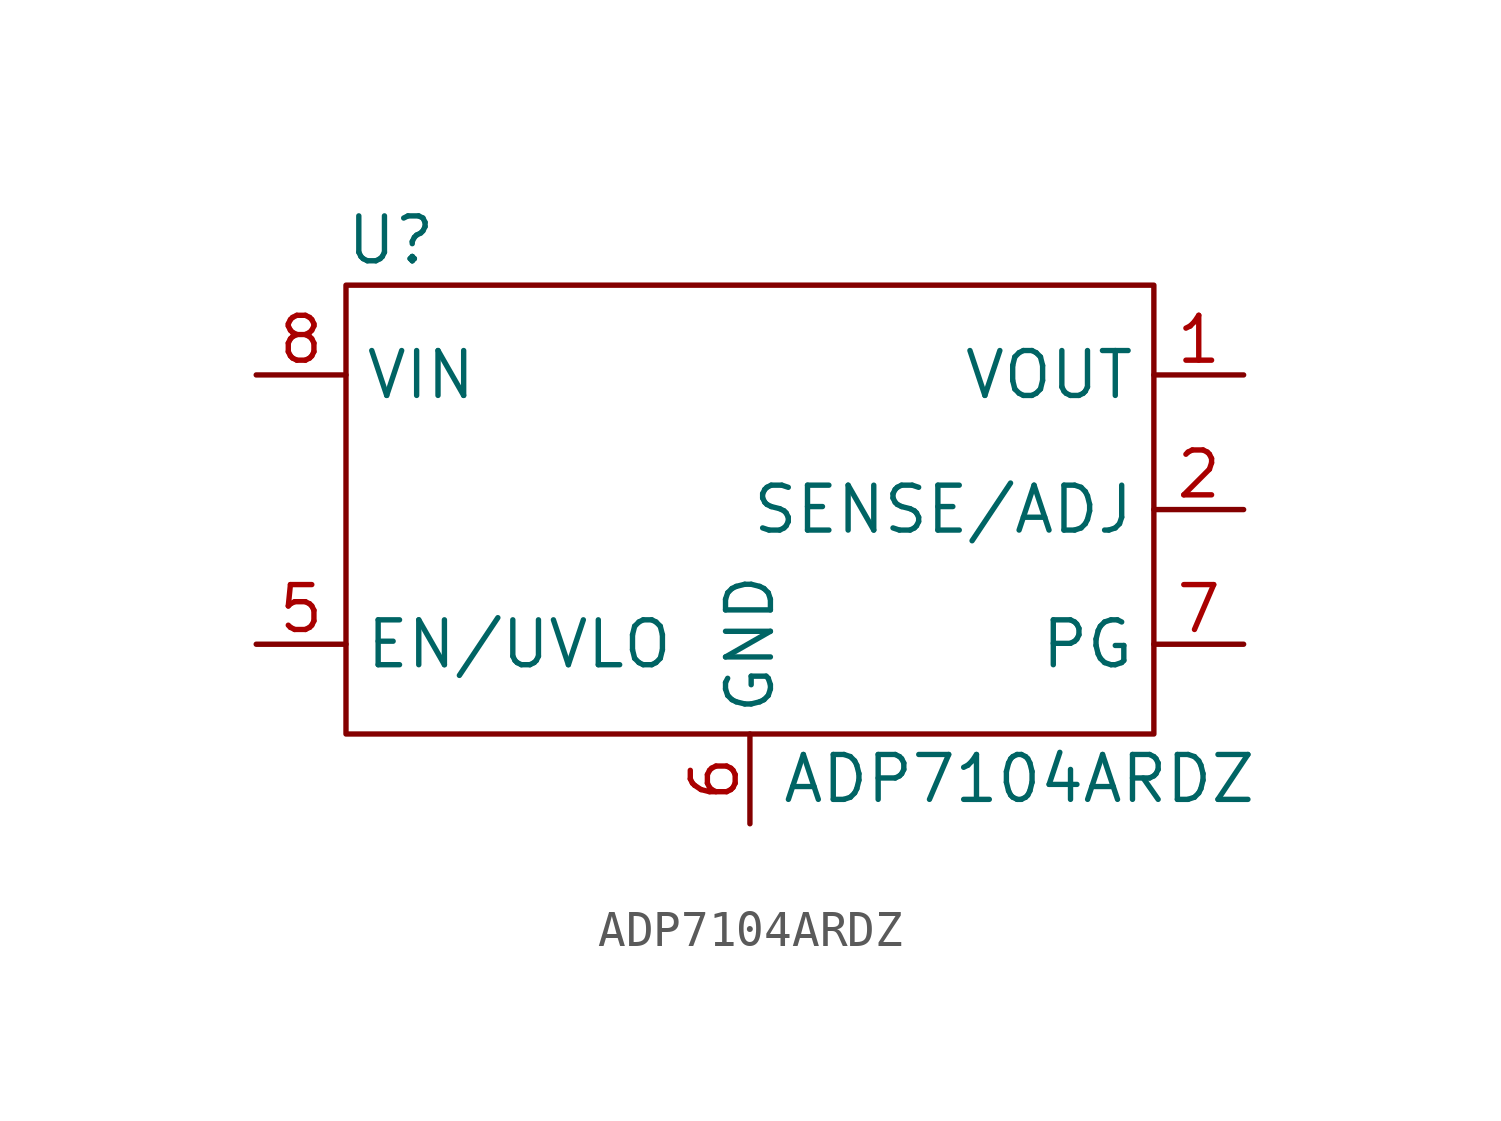
<source format=kicad_sym>
(kicad_symbol_lib
  (version 20211014)
  (generator kicad_symbol_editor)
  (symbol "ADP7104ARDZ"
    (property "Reference" "U"
      (at -10.16 7.62 0)
      (effects (font (size 1.27 1.27))))
    (property "Value" "ADP7104ARDZ"
      (at 7.62 -7.62 0)
      (effects (font (size 1.27 1.27))))
    (symbol "ADP7104ARDZ_0_1"
      (rectangle (start -11.43 6.35) (end 11.43 -6.35) (stroke (width 0) (type default) (color 0 0 0 0)) (fill (type none))))
    (symbol "ADP7104ARDZ_1_1"
      (pin power_out line (at 13.97 3.81 180) (length 2.54) (name "VOUT" (effects (font (size 1.27 1.27)))) (number "1" (effects (font (size 1.27 1.27)))))
      (pin input line (at 13.97 0 180) (length 2.54) (name "SENSE/ADJ" (effects (font (size 1.27 1.27)))) (number "2" (effects (font (size 1.27 1.27)))))
      (pin passive line (at 0 -8.89 90) (length 2.54) hide (name "GND3" (effects (font (size 1.27 1.27)))) (number "3" (effects (font (size 1.27 1.27)))))
      (pin input line (at -13.97 -3.81 0) (length 2.54) (name "EN/UVLO" (effects (font (size 1.27 1.27)))) (number "5" (effects (font (size 1.27 1.27)))))
      (pin power_in line (at 0 -8.89 90) (length 2.54) (name "GND" (effects (font (size 1.27 1.27)))) (number "6" (effects (font (size 1.27 1.27)))))
      (pin output line (at 13.97 -3.81 180) (length 2.54) (name "PG" (effects (font (size 1.27 1.27)))) (number "7" (effects (font (size 1.27 1.27)))))
      (pin power_in line (at -13.97 3.81 0) (length 2.54) (name "VIN" (effects (font (size 1.27 1.27)))) (number "8" (effects (font (size 1.27 1.27)))))
      (pin passive line (at 0 -8.89 90) (length 2.54) hide (name "EPAD" (effects (font (size 1.27 1.27)))) (number "9" (effects (font (size 1.27 1.27))))))))
</source>
